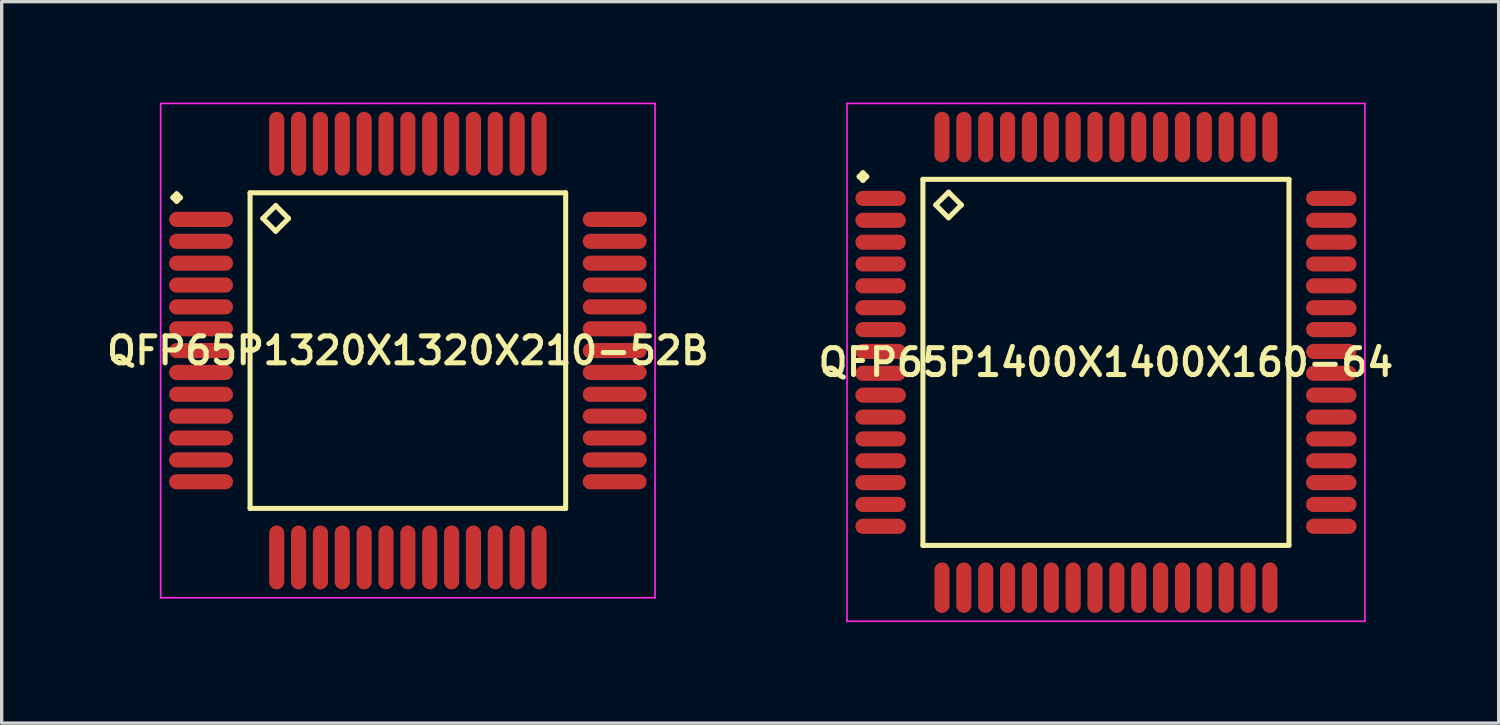
<source format=kicad_pcb>
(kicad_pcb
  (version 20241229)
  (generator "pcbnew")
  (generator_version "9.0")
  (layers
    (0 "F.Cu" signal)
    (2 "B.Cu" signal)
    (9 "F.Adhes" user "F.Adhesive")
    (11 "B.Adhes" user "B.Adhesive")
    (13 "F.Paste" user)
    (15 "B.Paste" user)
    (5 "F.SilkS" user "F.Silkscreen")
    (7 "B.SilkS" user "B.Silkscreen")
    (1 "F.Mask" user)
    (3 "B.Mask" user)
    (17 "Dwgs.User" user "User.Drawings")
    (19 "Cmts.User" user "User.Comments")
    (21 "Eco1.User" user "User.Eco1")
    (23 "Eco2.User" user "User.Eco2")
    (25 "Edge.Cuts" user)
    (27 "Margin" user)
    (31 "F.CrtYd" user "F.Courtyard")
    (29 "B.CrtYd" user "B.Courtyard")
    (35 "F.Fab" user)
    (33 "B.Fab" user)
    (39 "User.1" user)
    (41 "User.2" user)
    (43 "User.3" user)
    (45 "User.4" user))
  (footprint "QFP65P1400X1400X160-64"
    (layer "F.Cu")
    (at 29.835 7.725)
    (property "Reference" "QFP65P1400X1400X160-64" (at 0 0 0) (layer "F.SilkS") (effects (font (size 0.8 0.8) (thickness 0.15))))
    (attr smd)
    (fp_line (start -7.338 -5.525) (end -7.225 -5.638) (stroke (width 0.15) (type solid)) (layer "F.SilkS"))
    (fp_line (start -7.225 -5.638) (end -7.112 -5.525) (stroke (width 0.15) (type solid)) (layer "F.SilkS"))
    (fp_line (start -7.225 -5.412) (end -7.338 -5.525) (stroke (width 0.15) (type solid)) (layer "F.SilkS"))
    (fp_line (start -7.112 -5.525) (end -7.225 -5.412) (stroke (width 0.15) (type solid)) (layer "F.SilkS"))
    (fp_line (start -5.442 -5.442) (end -5.442 5.442) (stroke (width 0.15) (type solid)) (layer "F.SilkS"))
    (fp_line (start -5.442 5.442) (end 5.442 5.442) (stroke (width 0.15) (type solid)) (layer "F.SilkS"))
    (fp_line (start -5.061 -4.68) (end -4.68 -5.061) (stroke (width 0.15) (type solid)) (layer "F.SilkS"))
    (fp_line (start -4.68 -5.061) (end -4.299 -4.68) (stroke (width 0.15) (type solid)) (layer "F.SilkS"))
    (fp_line (start -4.68 -4.299) (end -5.061 -4.68) (stroke (width 0.15) (type solid)) (layer "F.SilkS"))
    (fp_line (start -4.299 -4.68) (end -4.68 -4.299) (stroke (width 0.15) (type solid)) (layer "F.SilkS"))
    (fp_line (start 5.442 -5.442) (end -5.442 -5.442) (stroke (width 0.15) (type solid)) (layer "F.SilkS"))
    (fp_line (start 5.442 5.442) (end 5.442 -5.442) (stroke (width 0.15) (type solid)) (layer "F.SilkS"))
    (fp_line (start -7.7 -7.7) (end 7.7 -7.7) (stroke (width 0.05) (type solid)) (layer "F.CrtYd"))
    (fp_line (start -7.7 7.7) (end -7.7 -7.7) (stroke (width 0.05) (type solid)) (layer "F.CrtYd"))
    (fp_line (start 7.7 -7.7) (end 7.7 7.7) (stroke (width 0.05) (type solid)) (layer "F.CrtYd"))
    (fp_line (start 7.7 7.7) (end -7.7 7.7) (stroke (width 0.05) (type solid)) (layer "F.CrtYd"))
    (pad "1" smd oval (at -6.7 -4.875) (size 1.5 0.45) (layers "F.Cu" "F.Mask" "F.Paste"))
    (pad "2" smd oval (at -6.7 -4.225) (size 1.5 0.45) (layers "F.Cu" "F.Mask" "F.Paste"))
    (pad "3" smd oval (at -6.7 -3.575) (size 1.5 0.45) (layers "F.Cu" "F.Mask" "F.Paste"))
    (pad "4" smd oval (at -6.7 -2.925) (size 1.5 0.45) (layers "F.Cu" "F.Mask" "F.Paste"))
    (pad "5" smd oval (at -6.7 -2.275) (size 1.5 0.45) (layers "F.Cu" "F.Mask" "F.Paste"))
    (pad "6" smd oval (at -6.7 -1.625) (size 1.5 0.45) (layers "F.Cu" "F.Mask" "F.Paste"))
    (pad "7" smd oval (at -6.7 -0.975) (size 1.5 0.45) (layers "F.Cu" "F.Mask" "F.Paste"))
    (pad "8" smd oval (at -6.7 -0.325) (size 1.5 0.45) (layers "F.Cu" "F.Mask" "F.Paste"))
    (pad "9" smd oval (at -6.7 0.325) (size 1.5 0.45) (layers "F.Cu" "F.Mask" "F.Paste"))
    (pad "10" smd oval (at -6.7 0.975) (size 1.5 0.45) (layers "F.Cu" "F.Mask" "F.Paste"))
    (pad "11" smd oval (at -6.7 1.625) (size 1.5 0.45) (layers "F.Cu" "F.Mask" "F.Paste"))
    (pad "12" smd oval (at -6.7 2.275) (size 1.5 0.45) (layers "F.Cu" "F.Mask" "F.Paste"))
    (pad "13" smd oval (at -6.7 2.925) (size 1.5 0.45) (layers "F.Cu" "F.Mask" "F.Paste"))
    (pad "14" smd oval (at -6.7 3.575) (size 1.5 0.45) (layers "F.Cu" "F.Mask" "F.Paste"))
    (pad "15" smd oval (at -6.7 4.225) (size 1.5 0.45) (layers "F.Cu" "F.Mask" "F.Paste"))
    (pad "16" smd oval (at -6.7 4.875) (size 1.5 0.45) (layers "F.Cu" "F.Mask" "F.Paste"))
    (pad "17" smd oval (at -4.875 6.7) (size 0.45 1.5) (layers "F.Cu" "F.Mask" "F.Paste"))
    (pad "18" smd oval (at -4.225 6.7) (size 0.45 1.5) (layers "F.Cu" "F.Mask" "F.Paste"))
    (pad "19" smd oval (at -3.575 6.7) (size 0.45 1.5) (layers "F.Cu" "F.Mask" "F.Paste"))
    (pad "20" smd oval (at -2.925 6.7) (size 0.45 1.5) (layers "F.Cu" "F.Mask" "F.Paste"))
    (pad "21" smd oval (at -2.275 6.7) (size 0.45 1.5) (layers "F.Cu" "F.Mask" "F.Paste"))
    (pad "22" smd oval (at -1.625 6.7) (size 0.45 1.5) (layers "F.Cu" "F.Mask" "F.Paste"))
    (pad "23" smd oval (at -0.975 6.7) (size 0.45 1.5) (layers "F.Cu" "F.Mask" "F.Paste"))
    (pad "24" smd oval (at -0.325 6.7) (size 0.45 1.5) (layers "F.Cu" "F.Mask" "F.Paste"))
    (pad "25" smd oval (at 0.325 6.7) (size 0.45 1.5) (layers "F.Cu" "F.Mask" "F.Paste"))
    (pad "26" smd oval (at 0.975 6.7) (size 0.45 1.5) (layers "F.Cu" "F.Mask" "F.Paste"))
    (pad "27" smd oval (at 1.625 6.7) (size 0.45 1.5) (layers "F.Cu" "F.Mask" "F.Paste"))
    (pad "28" smd oval (at 2.275 6.7) (size 0.45 1.5) (layers "F.Cu" "F.Mask" "F.Paste"))
    (pad "29" smd oval (at 2.925 6.7) (size 0.45 1.5) (layers "F.Cu" "F.Mask" "F.Paste"))
    (pad "30" smd oval (at 3.575 6.7) (size 0.45 1.5) (layers "F.Cu" "F.Mask" "F.Paste"))
    (pad "31" smd oval (at 4.225 6.7) (size 0.45 1.5) (layers "F.Cu" "F.Mask" "F.Paste"))
    (pad "32" smd oval (at 4.875 6.7) (size 0.45 1.5) (layers "F.Cu" "F.Mask" "F.Paste"))
    (pad "33" smd oval (at 6.7 4.875) (size 1.5 0.45) (layers "F.Cu" "F.Mask" "F.Paste"))
    (pad "34" smd oval (at 6.7 4.225) (size 1.5 0.45) (layers "F.Cu" "F.Mask" "F.Paste"))
    (pad "35" smd oval (at 6.7 3.575) (size 1.5 0.45) (layers "F.Cu" "F.Mask" "F.Paste"))
    (pad "36" smd oval (at 6.7 2.925) (size 1.5 0.45) (layers "F.Cu" "F.Mask" "F.Paste"))
    (pad "37" smd oval (at 6.7 2.275) (size 1.5 0.45) (layers "F.Cu" "F.Mask" "F.Paste"))
    (pad "38" smd oval (at 6.7 1.625) (size 1.5 0.45) (layers "F.Cu" "F.Mask" "F.Paste"))
    (pad "39" smd oval (at 6.7 0.975) (size 1.5 0.45) (layers "F.Cu" "F.Mask" "F.Paste"))
    (pad "40" smd oval (at 6.7 0.325) (size 1.5 0.45) (layers "F.Cu" "F.Mask" "F.Paste"))
    (pad "41" smd oval (at 6.7 -0.325) (size 1.5 0.45) (layers "F.Cu" "F.Mask" "F.Paste"))
    (pad "42" smd oval (at 6.7 -0.975) (size 1.5 0.45) (layers "F.Cu" "F.Mask" "F.Paste"))
    (pad "43" smd oval (at 6.7 -1.625) (size 1.5 0.45) (layers "F.Cu" "F.Mask" "F.Paste"))
    (pad "44" smd oval (at 6.7 -2.275) (size 1.5 0.45) (layers "F.Cu" "F.Mask" "F.Paste"))
    (pad "45" smd oval (at 6.7 -2.925) (size 1.5 0.45) (layers "F.Cu" "F.Mask" "F.Paste"))
    (pad "46" smd oval (at 6.7 -3.575) (size 1.5 0.45) (layers "F.Cu" "F.Mask" "F.Paste"))
    (pad "47" smd oval (at 6.7 -4.225) (size 1.5 0.45) (layers "F.Cu" "F.Mask" "F.Paste"))
    (pad "48" smd oval (at 6.7 -4.875) (size 1.5 0.45) (layers "F.Cu" "F.Mask" "F.Paste"))
    (pad "49" smd oval (at 4.875 -6.7) (size 0.45 1.5) (layers "F.Cu" "F.Mask" "F.Paste"))
    (pad "50" smd oval (at 4.225 -6.7) (size 0.45 1.5) (layers "F.Cu" "F.Mask" "F.Paste"))
    (pad "51" smd oval (at 3.575 -6.7) (size 0.45 1.5) (layers "F.Cu" "F.Mask" "F.Paste"))
    (pad "52" smd oval (at 2.925 -6.7) (size 0.45 1.5) (layers "F.Cu" "F.Mask" "F.Paste"))
    (pad "53" smd oval (at 2.275 -6.7) (size 0.45 1.5) (layers "F.Cu" "F.Mask" "F.Paste"))
    (pad "54" smd oval (at 1.625 -6.7) (size 0.45 1.5) (layers "F.Cu" "F.Mask" "F.Paste"))
    (pad "55" smd oval (at 0.975 -6.7) (size 0.45 1.5) (layers "F.Cu" "F.Mask" "F.Paste"))
    (pad "56" smd oval (at 0.325 -6.7) (size 0.45 1.5) (layers "F.Cu" "F.Mask" "F.Paste"))
    (pad "57" smd oval (at -0.325 -6.7) (size 0.45 1.5) (layers "F.Cu" "F.Mask" "F.Paste"))
    (pad "58" smd oval (at -0.975 -6.7) (size 0.45 1.5) (layers "F.Cu" "F.Mask" "F.Paste"))
    (pad "59" smd oval (at -1.625 -6.7) (size 0.45 1.5) (layers "F.Cu" "F.Mask" "F.Paste"))
    (pad "60" smd oval (at -2.275 -6.7) (size 0.45 1.5) (layers "F.Cu" "F.Mask" "F.Paste"))
    (pad "61" smd oval (at -2.925 -6.7) (size 0.45 1.5) (layers "F.Cu" "F.Mask" "F.Paste"))
    (pad "62" smd oval (at -3.575 -6.7) (size 0.45 1.5) (layers "F.Cu" "F.Mask" "F.Paste"))
    (pad "63" smd oval (at -4.225 -6.7) (size 0.45 1.5) (layers "F.Cu" "F.Mask" "F.Paste"))
    (pad "64" smd oval (at -4.875 -6.7) (size 0.45 1.5) (layers "F.Cu" "F.Mask" "F.Paste")))
  (footprint "QFP65P1320X1320X210-52B"
    (layer "F.Cu")
    (at 9.078 7.375)
    (property "Reference" "QFP65P1320X1320X210-52B" (at 0 0 0) (layer "F.SilkS") (effects (font (size 0.8 0.8) (thickness 0.15))))
    (attr smd)
    (fp_line (start -6.987 -4.55) (end -6.875 -4.662) (stroke (width 0.15) (type solid)) (layer "F.SilkS"))
    (fp_line (start -6.875 -4.662) (end -6.763 -4.55) (stroke (width 0.15) (type solid)) (layer "F.SilkS"))
    (fp_line (start -6.875 -4.438) (end -6.987 -4.55) (stroke (width 0.15) (type solid)) (layer "F.SilkS"))
    (fp_line (start -6.763 -4.55) (end -6.875 -4.438) (stroke (width 0.15) (type solid)) (layer "F.SilkS"))
    (fp_line (start -4.692 -4.692) (end -4.692 4.692) (stroke (width 0.15) (type solid)) (layer "F.SilkS"))
    (fp_line (start -4.692 4.692) (end 4.692 4.692) (stroke (width 0.15) (type solid)) (layer "F.SilkS"))
    (fp_line (start -4.311 -3.93) (end -3.93 -4.311) (stroke (width 0.15) (type solid)) (layer "F.SilkS"))
    (fp_line (start -3.93 -4.311) (end -3.549 -3.93) (stroke (width 0.15) (type solid)) (layer "F.SilkS"))
    (fp_line (start -3.93 -3.549) (end -4.311 -3.93) (stroke (width 0.15) (type solid)) (layer "F.SilkS"))
    (fp_line (start -3.549 -3.93) (end -3.93 -3.549) (stroke (width 0.15) (type solid)) (layer "F.SilkS"))
    (fp_line (start 4.692 -4.692) (end -4.692 -4.692) (stroke (width 0.15) (type solid)) (layer "F.SilkS"))
    (fp_line (start 4.692 4.692) (end 4.692 -4.692) (stroke (width 0.15) (type solid)) (layer "F.SilkS"))
    (fp_line (start -7.35 -7.35) (end 7.35 -7.35) (stroke (width 0.05) (type solid)) (layer "F.CrtYd"))
    (fp_line (start -7.35 7.35) (end -7.35 -7.35) (stroke (width 0.05) (type solid)) (layer "F.CrtYd"))
    (fp_line (start 7.35 -7.35) (end 7.35 7.35) (stroke (width 0.05) (type solid)) (layer "F.CrtYd"))
    (fp_line (start 7.35 7.35) (end -7.35 7.35) (stroke (width 0.05) (type solid)) (layer "F.CrtYd"))
    (pad "1" smd oval (at -6.15 -3.9) (size 1.9 0.45) (layers "F.Cu" "F.Mask" "F.Paste"))
    (pad "2" smd oval (at -6.15 -3.25) (size 1.9 0.45) (layers "F.Cu" "F.Mask" "F.Paste"))
    (pad "3" smd oval (at -6.15 -2.6) (size 1.9 0.45) (layers "F.Cu" "F.Mask" "F.Paste"))
    (pad "4" smd oval (at -6.15 -1.95) (size 1.9 0.45) (layers "F.Cu" "F.Mask" "F.Paste"))
    (pad "5" smd oval (at -6.15 -1.3) (size 1.9 0.45) (layers "F.Cu" "F.Mask" "F.Paste"))
    (pad "6" smd oval (at -6.15 -0.65) (size 1.9 0.45) (layers "F.Cu" "F.Mask" "F.Paste"))
    (pad "7" smd oval (at -6.15 0) (size 1.9 0.45) (layers "F.Cu" "F.Mask" "F.Paste"))
    (pad "8" smd oval (at -6.15 0.65) (size 1.9 0.45) (layers "F.Cu" "F.Mask" "F.Paste"))
    (pad "9" smd oval (at -6.15 1.3) (size 1.9 0.45) (layers "F.Cu" "F.Mask" "F.Paste"))
    (pad "10" smd oval (at -6.15 1.95) (size 1.9 0.45) (layers "F.Cu" "F.Mask" "F.Paste"))
    (pad "11" smd oval (at -6.15 2.6) (size 1.9 0.45) (layers "F.Cu" "F.Mask" "F.Paste"))
    (pad "12" smd oval (at -6.15 3.25) (size 1.9 0.45) (layers "F.Cu" "F.Mask" "F.Paste"))
    (pad "13" smd oval (at -6.15 3.9) (size 1.9 0.45) (layers "F.Cu" "F.Mask" "F.Paste"))
    (pad "14" smd oval (at -3.9 6.15) (size 0.45 1.9) (layers "F.Cu" "F.Mask" "F.Paste"))
    (pad "15" smd oval (at -3.25 6.15) (size 0.45 1.9) (layers "F.Cu" "F.Mask" "F.Paste"))
    (pad "16" smd oval (at -2.6 6.15) (size 0.45 1.9) (layers "F.Cu" "F.Mask" "F.Paste"))
    (pad "17" smd oval (at -1.95 6.15) (size 0.45 1.9) (layers "F.Cu" "F.Mask" "F.Paste"))
    (pad "18" smd oval (at -1.3 6.15) (size 0.45 1.9) (layers "F.Cu" "F.Mask" "F.Paste"))
    (pad "19" smd oval (at -0.65 6.15) (size 0.45 1.9) (layers "F.Cu" "F.Mask" "F.Paste"))
    (pad "20" smd oval (at 0 6.15) (size 0.45 1.9) (layers "F.Cu" "F.Mask" "F.Paste"))
    (pad "21" smd oval (at 0.65 6.15) (size 0.45 1.9) (layers "F.Cu" "F.Mask" "F.Paste"))
    (pad "22" smd oval (at 1.3 6.15) (size 0.45 1.9) (layers "F.Cu" "F.Mask" "F.Paste"))
    (pad "23" smd oval (at 1.95 6.15) (size 0.45 1.9) (layers "F.Cu" "F.Mask" "F.Paste"))
    (pad "24" smd oval (at 2.6 6.15) (size 0.45 1.9) (layers "F.Cu" "F.Mask" "F.Paste"))
    (pad "25" smd oval (at 3.25 6.15) (size 0.45 1.9) (layers "F.Cu" "F.Mask" "F.Paste"))
    (pad "26" smd oval (at 3.9 6.15) (size 0.45 1.9) (layers "F.Cu" "F.Mask" "F.Paste"))
    (pad "27" smd oval (at 6.15 3.9) (size 1.9 0.45) (layers "F.Cu" "F.Mask" "F.Paste"))
    (pad "28" smd oval (at 6.15 3.25) (size 1.9 0.45) (layers "F.Cu" "F.Mask" "F.Paste"))
    (pad "29" smd oval (at 6.15 2.6) (size 1.9 0.45) (layers "F.Cu" "F.Mask" "F.Paste"))
    (pad "30" smd oval (at 6.15 1.95) (size 1.9 0.45) (layers "F.Cu" "F.Mask" "F.Paste"))
    (pad "31" smd oval (at 6.15 1.3) (size 1.9 0.45) (layers "F.Cu" "F.Mask" "F.Paste"))
    (pad "32" smd oval (at 6.15 0.65) (size 1.9 0.45) (layers "F.Cu" "F.Mask" "F.Paste"))
    (pad "33" smd oval (at 6.15 0) (size 1.9 0.45) (layers "F.Cu" "F.Mask" "F.Paste"))
    (pad "34" smd oval (at 6.15 -0.65) (size 1.9 0.45) (layers "F.Cu" "F.Mask" "F.Paste"))
    (pad "35" smd oval (at 6.15 -1.3) (size 1.9 0.45) (layers "F.Cu" "F.Mask" "F.Paste"))
    (pad "36" smd oval (at 6.15 -1.95) (size 1.9 0.45) (layers "F.Cu" "F.Mask" "F.Paste"))
    (pad "37" smd oval (at 6.15 -2.6) (size 1.9 0.45) (layers "F.Cu" "F.Mask" "F.Paste"))
    (pad "38" smd oval (at 6.15 -3.25) (size 1.9 0.45) (layers "F.Cu" "F.Mask" "F.Paste"))
    (pad "39" smd oval (at 6.15 -3.9) (size 1.9 0.45) (layers "F.Cu" "F.Mask" "F.Paste"))
    (pad "40" smd oval (at 3.9 -6.15) (size 0.45 1.9) (layers "F.Cu" "F.Mask" "F.Paste"))
    (pad "41" smd oval (at 3.25 -6.15) (size 0.45 1.9) (layers "F.Cu" "F.Mask" "F.Paste"))
    (pad "42" smd oval (at 2.6 -6.15) (size 0.45 1.9) (layers "F.Cu" "F.Mask" "F.Paste"))
    (pad "43" smd oval (at 1.95 -6.15) (size 0.45 1.9) (layers "F.Cu" "F.Mask" "F.Paste"))
    (pad "44" smd oval (at 1.3 -6.15) (size 0.45 1.9) (layers "F.Cu" "F.Mask" "F.Paste"))
    (pad "45" smd oval (at 0.65 -6.15) (size 0.45 1.9) (layers "F.Cu" "F.Mask" "F.Paste"))
    (pad "46" smd oval (at 0 -6.15) (size 0.45 1.9) (layers "F.Cu" "F.Mask" "F.Paste"))
    (pad "47" smd oval (at -0.65 -6.15) (size 0.45 1.9) (layers "F.Cu" "F.Mask" "F.Paste"))
    (pad "48" smd oval (at -1.3 -6.15) (size 0.45 1.9) (layers "F.Cu" "F.Mask" "F.Paste"))
    (pad "49" smd oval (at -1.95 -6.15) (size 0.45 1.9) (layers "F.Cu" "F.Mask" "F.Paste"))
    (pad "50" smd oval (at -2.6 -6.15) (size 0.45 1.9) (layers "F.Cu" "F.Mask" "F.Paste"))
    (pad "51" smd oval (at -3.25 -6.15) (size 0.45 1.9) (layers "F.Cu" "F.Mask" "F.Paste"))
    (pad "52" smd oval (at -3.9 -6.15) (size 0.45 1.9) (layers "F.Cu" "F.Mask" "F.Paste")))
  (gr_rect
    (start -3 -3)
    (end 41.513 18.45)
    (stroke (width 0.1) (type default))
    (fill no)
    (layer "Edge.Cuts")))
</source>
